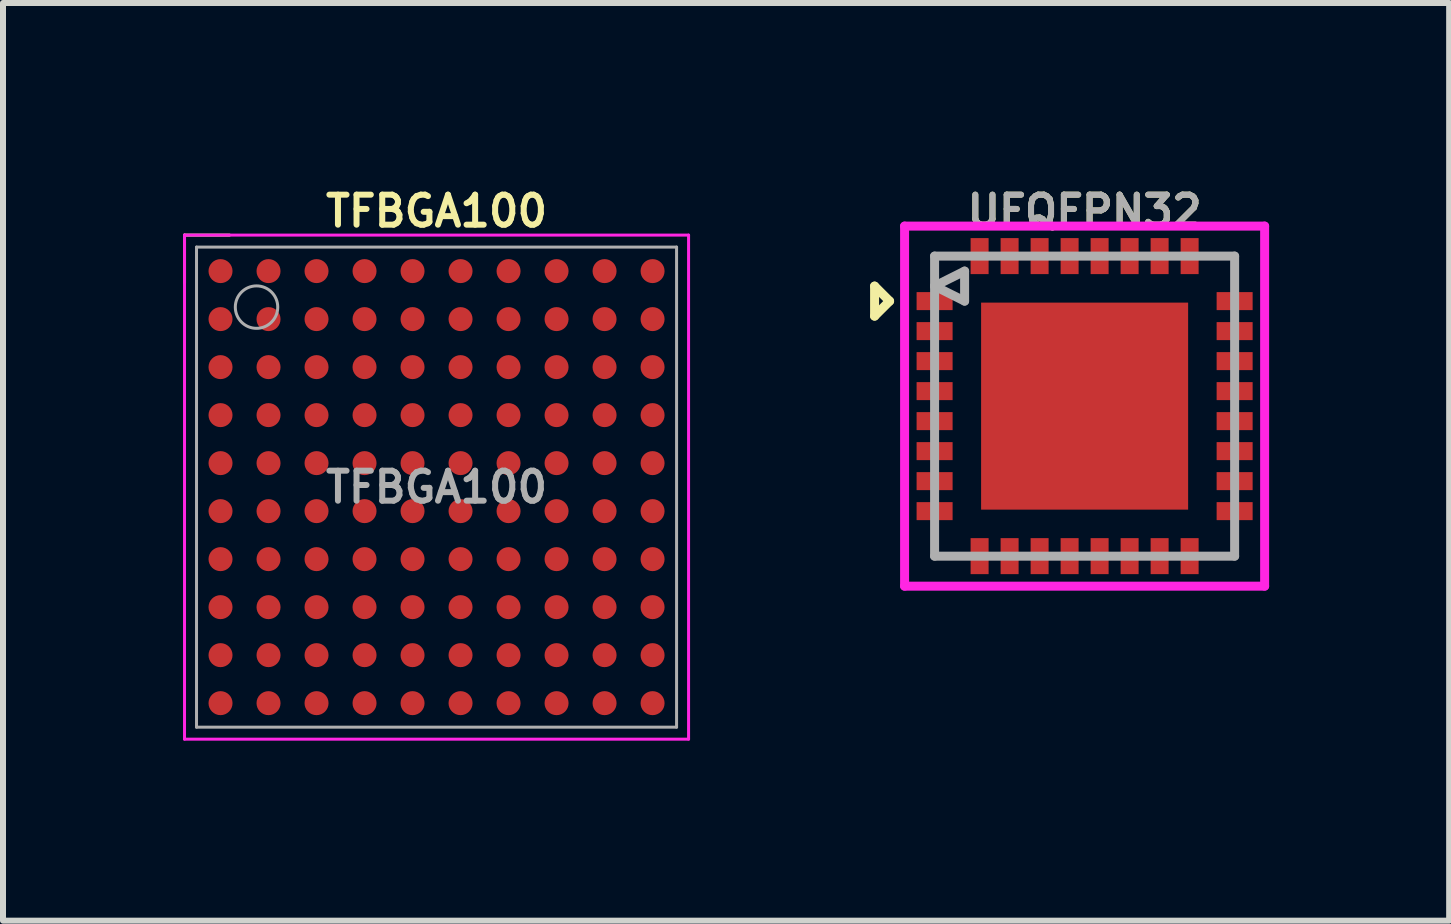
<source format=kicad_pcb>
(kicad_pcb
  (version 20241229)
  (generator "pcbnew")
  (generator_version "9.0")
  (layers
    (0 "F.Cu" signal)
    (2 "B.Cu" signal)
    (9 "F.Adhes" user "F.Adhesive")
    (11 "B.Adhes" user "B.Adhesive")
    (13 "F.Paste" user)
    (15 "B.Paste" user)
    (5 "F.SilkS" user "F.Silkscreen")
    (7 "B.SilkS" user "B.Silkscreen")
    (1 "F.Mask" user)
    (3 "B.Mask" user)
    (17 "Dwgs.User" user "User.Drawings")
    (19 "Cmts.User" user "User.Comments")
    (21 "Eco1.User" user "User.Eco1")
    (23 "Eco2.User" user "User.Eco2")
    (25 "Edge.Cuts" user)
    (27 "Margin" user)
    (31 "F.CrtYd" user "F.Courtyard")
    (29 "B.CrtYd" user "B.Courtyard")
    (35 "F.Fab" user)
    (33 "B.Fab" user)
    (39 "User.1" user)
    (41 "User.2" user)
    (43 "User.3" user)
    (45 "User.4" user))
  (footprint "TFBGA100"
    (layer "F.Cu")
    (at 4.225 5.068)
    (property "Reference" "TFBGA100" (at 0 -4.6 0) (layer "F.SilkS") (effects (font (size 0.5 0.5) (thickness 0.1))))
    (attr smd)
    (fp_line (start -4.2 -4.2) (end -4.2 -3.4) (stroke (width 0.05) (type solid)) (layer "F.SilkS"))
    (fp_line (start -3.45 -4.2) (end -4.2 -4.2) (stroke (width 0.05) (type solid)) (layer "F.SilkS"))
    (fp_line (start -4.2 -4.2) (end 4.2 -4.2) (stroke (width 0.05) (type solid)) (layer "F.CrtYd"))
    (fp_line (start -4.2 4.2) (end -4.2 -4.2) (stroke (width 0.05) (type solid)) (layer "F.CrtYd"))
    (fp_line (start 4.2 -4.2) (end 4.2 4.2) (stroke (width 0.05) (type solid)) (layer "F.CrtYd"))
    (fp_line (start 4.2 4.2) (end -4.2 4.2) (stroke (width 0.05) (type solid)) (layer "F.CrtYd"))
    (fp_line (start -4 -4) (end 4 -4) (stroke (width 0.05) (type solid)) (layer "F.Fab"))
    (fp_line (start -4 4) (end -4 -4) (stroke (width 0.05) (type solid)) (layer "F.Fab"))
    (fp_line (start 4 -4) (end 4 4) (stroke (width 0.05) (type solid)) (layer "F.Fab"))
    (fp_line (start 4 4) (end -4 4) (stroke (width 0.05) (type solid)) (layer "F.Fab"))
    (fp_circle (center -3 -3) (end -2.75 -2.75) (stroke (width 0.05) (type solid)) (fill no) (layer "F.Fab"))
    (fp_text user "${REFERENCE}" (at 0 0 0) (layer "F.Fab") (effects (font (size 0.5 0.5) (thickness 0.1))))
    (pad "A1" smd circle (at -3.6 -3.6) (size 0.4 0.4) (layers "F.Cu" "F.Mask" "F.Paste"))
    (pad "A2" smd circle (at -2.8 -3.6) (size 0.4 0.4) (layers "F.Cu" "F.Mask" "F.Paste"))
    (pad "A3" smd circle (at -2 -3.6) (size 0.4 0.4) (layers "F.Cu" "F.Mask" "F.Paste"))
    (pad "A4" smd circle (at -1.2 -3.6) (size 0.4 0.4) (layers "F.Cu" "F.Mask" "F.Paste"))
    (pad "A5" smd circle (at -0.4 -3.6) (size 0.4 0.4) (layers "F.Cu" "F.Mask" "F.Paste"))
    (pad "A6" smd circle (at 0.4 -3.6) (size 0.4 0.4) (layers "F.Cu" "F.Mask" "F.Paste"))
    (pad "A7" smd circle (at 1.2 -3.6) (size 0.4 0.4) (layers "F.Cu" "F.Mask" "F.Paste"))
    (pad "A8" smd circle (at 2 -3.6) (size 0.4 0.4) (layers "F.Cu" "F.Mask" "F.Paste"))
    (pad "A9" smd circle (at 2.8 -3.6) (size 0.4 0.4) (layers "F.Cu" "F.Mask" "F.Paste"))
    (pad "A10" smd circle (at 3.6 -3.6) (size 0.4 0.4) (layers "F.Cu" "F.Mask" "F.Paste"))
    (pad "B1" smd circle (at -3.6 -2.8) (size 0.4 0.4) (layers "F.Cu" "F.Mask" "F.Paste"))
    (pad "B2" smd circle (at -2.8 -2.8) (size 0.4 0.4) (layers "F.Cu" "F.Mask" "F.Paste"))
    (pad "B3" smd circle (at -2 -2.8) (size 0.4 0.4) (layers "F.Cu" "F.Mask" "F.Paste"))
    (pad "B4" smd circle (at -1.2 -2.8) (size 0.4 0.4) (layers "F.Cu" "F.Mask" "F.Paste"))
    (pad "B5" smd circle (at -0.4 -2.8) (size 0.4 0.4) (layers "F.Cu" "F.Mask" "F.Paste"))
    (pad "B6" smd circle (at 0.4 -2.8) (size 0.4 0.4) (layers "F.Cu" "F.Mask" "F.Paste"))
    (pad "B7" smd circle (at 1.2 -2.8) (size 0.4 0.4) (layers "F.Cu" "F.Mask" "F.Paste"))
    (pad "B8" smd circle (at 2 -2.8) (size 0.4 0.4) (layers "F.Cu" "F.Mask" "F.Paste"))
    (pad "B9" smd circle (at 2.8 -2.8) (size 0.4 0.4) (layers "F.Cu" "F.Mask" "F.Paste"))
    (pad "B10" smd circle (at 3.6 -2.8) (size 0.4 0.4) (layers "F.Cu" "F.Mask" "F.Paste"))
    (pad "C1" smd circle (at -3.6 -2) (size 0.4 0.4) (layers "F.Cu" "F.Mask" "F.Paste"))
    (pad "C2" smd circle (at -2.8 -2) (size 0.4 0.4) (layers "F.Cu" "F.Mask" "F.Paste"))
    (pad "C3" smd circle (at -2 -2) (size 0.4 0.4) (layers "F.Cu" "F.Mask" "F.Paste"))
    (pad "C4" smd circle (at -1.2 -2) (size 0.4 0.4) (layers "F.Cu" "F.Mask" "F.Paste"))
    (pad "C5" smd circle (at -0.4 -2) (size 0.4 0.4) (layers "F.Cu" "F.Mask" "F.Paste"))
    (pad "C6" smd circle (at 0.4 -2) (size 0.4 0.4) (layers "F.Cu" "F.Mask" "F.Paste"))
    (pad "C7" smd circle (at 1.2 -2) (size 0.4 0.4) (layers "F.Cu" "F.Mask" "F.Paste"))
    (pad "C8" smd circle (at 2 -2) (size 0.4 0.4) (layers "F.Cu" "F.Mask" "F.Paste"))
    (pad "C9" smd circle (at 2.8 -2) (size 0.4 0.4) (layers "F.Cu" "F.Mask" "F.Paste"))
    (pad "C10" smd circle (at 3.6 -2) (size 0.4 0.4) (layers "F.Cu" "F.Mask" "F.Paste"))
    (pad "D1" smd circle (at -3.6 -1.2) (size 0.4 0.4) (layers "F.Cu" "F.Mask" "F.Paste"))
    (pad "D2" smd circle (at -2.8 -1.2) (size 0.4 0.4) (layers "F.Cu" "F.Mask" "F.Paste"))
    (pad "D3" smd circle (at -2 -1.2) (size 0.4 0.4) (layers "F.Cu" "F.Mask" "F.Paste"))
    (pad "D4" smd circle (at -1.2 -1.2) (size 0.4 0.4) (layers "F.Cu" "F.Mask" "F.Paste"))
    (pad "D5" smd circle (at -0.4 -1.2) (size 0.4 0.4) (layers "F.Cu" "F.Mask" "F.Paste"))
    (pad "D6" smd circle (at 0.4 -1.2) (size 0.4 0.4) (layers "F.Cu" "F.Mask" "F.Paste"))
    (pad "D7" smd circle (at 1.2 -1.2) (size 0.4 0.4) (layers "F.Cu" "F.Mask" "F.Paste"))
    (pad "D8" smd circle (at 2 -1.2) (size 0.4 0.4) (layers "F.Cu" "F.Mask" "F.Paste"))
    (pad "D9" smd circle (at 2.8 -1.2) (size 0.4 0.4) (layers "F.Cu" "F.Mask" "F.Paste"))
    (pad "D10" smd circle (at 3.6 -1.2) (size 0.4 0.4) (layers "F.Cu" "F.Mask" "F.Paste"))
    (pad "E1" smd circle (at -3.6 -0.4) (size 0.4 0.4) (layers "F.Cu" "F.Mask" "F.Paste"))
    (pad "E2" smd circle (at -2.8 -0.4) (size 0.4 0.4) (layers "F.Cu" "F.Mask" "F.Paste"))
    (pad "E3" smd circle (at -2 -0.4) (size 0.4 0.4) (layers "F.Cu" "F.Mask" "F.Paste"))
    (pad "E4" smd circle (at -1.2 -0.4) (size 0.4 0.4) (layers "F.Cu" "F.Mask" "F.Paste"))
    (pad "E5" smd circle (at -0.4 -0.4) (size 0.4 0.4) (layers "F.Cu" "F.Mask" "F.Paste"))
    (pad "E6" smd circle (at 0.4 -0.4) (size 0.4 0.4) (layers "F.Cu" "F.Mask" "F.Paste"))
    (pad "E7" smd circle (at 1.2 -0.4) (size 0.4 0.4) (layers "F.Cu" "F.Mask" "F.Paste"))
    (pad "E8" smd circle (at 2 -0.4) (size 0.4 0.4) (layers "F.Cu" "F.Mask" "F.Paste"))
    (pad "E9" smd circle (at 2.8 -0.4) (size 0.4 0.4) (layers "F.Cu" "F.Mask" "F.Paste"))
    (pad "E10" smd circle (at 3.6 -0.4) (size 0.4 0.4) (layers "F.Cu" "F.Mask" "F.Paste"))
    (pad "F1" smd circle (at -3.6 0.4) (size 0.4 0.4) (layers "F.Cu" "F.Mask" "F.Paste"))
    (pad "F2" smd circle (at -2.8 0.4) (size 0.4 0.4) (layers "F.Cu" "F.Mask" "F.Paste"))
    (pad "F3" smd circle (at -2 0.4) (size 0.4 0.4) (layers "F.Cu" "F.Mask" "F.Paste"))
    (pad "F4" smd circle (at -1.2 0.4) (size 0.4 0.4) (layers "F.Cu" "F.Mask" "F.Paste"))
    (pad "F5" smd circle (at -0.4 0.4) (size 0.4 0.4) (layers "F.Cu" "F.Mask" "F.Paste"))
    (pad "F6" smd circle (at 0.4 0.4) (size 0.4 0.4) (layers "F.Cu" "F.Mask" "F.Paste"))
    (pad "F7" smd circle (at 1.2 0.4) (size 0.4 0.4) (layers "F.Cu" "F.Mask" "F.Paste"))
    (pad "F8" smd circle (at 2 0.4) (size 0.4 0.4) (layers "F.Cu" "F.Mask" "F.Paste"))
    (pad "F9" smd circle (at 2.8 0.4) (size 0.4 0.4) (layers "F.Cu" "F.Mask" "F.Paste"))
    (pad "F10" smd circle (at 3.6 0.4) (size 0.4 0.4) (layers "F.Cu" "F.Mask" "F.Paste"))
    (pad "G1" smd circle (at -3.6 1.2) (size 0.4 0.4) (layers "F.Cu" "F.Mask" "F.Paste"))
    (pad "G2" smd circle (at -2.8 1.2) (size 0.4 0.4) (layers "F.Cu" "F.Mask" "F.Paste"))
    (pad "G3" smd circle (at -2 1.2) (size 0.4 0.4) (layers "F.Cu" "F.Mask" "F.Paste"))
    (pad "G4" smd circle (at -1.2 1.2) (size 0.4 0.4) (layers "F.Cu" "F.Mask" "F.Paste"))
    (pad "G5" smd circle (at -0.4 1.2) (size 0.4 0.4) (layers "F.Cu" "F.Mask" "F.Paste"))
    (pad "G6" smd circle (at 0.4 1.2) (size 0.4 0.4) (layers "F.Cu" "F.Mask" "F.Paste"))
    (pad "G7" smd circle (at 1.2 1.2) (size 0.4 0.4) (layers "F.Cu" "F.Mask" "F.Paste"))
    (pad "G8" smd circle (at 2 1.2) (size 0.4 0.4) (layers "F.Cu" "F.Mask" "F.Paste"))
    (pad "G9" smd circle (at 2.8 1.2) (size 0.4 0.4) (layers "F.Cu" "F.Mask" "F.Paste"))
    (pad "G10" smd circle (at 3.6 1.2) (size 0.4 0.4) (layers "F.Cu" "F.Mask" "F.Paste"))
    (pad "H1" smd circle (at -3.6 2) (size 0.4 0.4) (layers "F.Cu" "F.Mask" "F.Paste"))
    (pad "H2" smd circle (at -2.8 2) (size 0.4 0.4) (layers "F.Cu" "F.Mask" "F.Paste"))
    (pad "H3" smd circle (at -2 2) (size 0.4 0.4) (layers "F.Cu" "F.Mask" "F.Paste"))
    (pad "H4" smd circle (at -1.2 2) (size 0.4 0.4) (layers "F.Cu" "F.Mask" "F.Paste"))
    (pad "H5" smd circle (at -0.4 2) (size 0.4 0.4) (layers "F.Cu" "F.Mask" "F.Paste"))
    (pad "H6" smd circle (at 0.4 2) (size 0.4 0.4) (layers "F.Cu" "F.Mask" "F.Paste"))
    (pad "H7" smd circle (at 1.2 2) (size 0.4 0.4) (layers "F.Cu" "F.Mask" "F.Paste"))
    (pad "H8" smd circle (at 2 2) (size 0.4 0.4) (layers "F.Cu" "F.Mask" "F.Paste"))
    (pad "H9" smd circle (at 2.8 2) (size 0.4 0.4) (layers "F.Cu" "F.Mask" "F.Paste"))
    (pad "H10" smd circle (at 3.6 2) (size 0.4 0.4) (layers "F.Cu" "F.Mask" "F.Paste"))
    (pad "J1" smd circle (at -3.6 2.8) (size 0.4 0.4) (layers "F.Cu" "F.Mask" "F.Paste"))
    (pad "J2" smd circle (at -2.8 2.8) (size 0.4 0.4) (layers "F.Cu" "F.Mask" "F.Paste"))
    (pad "J3" smd circle (at -2 2.8) (size 0.4 0.4) (layers "F.Cu" "F.Mask" "F.Paste"))
    (pad "J4" smd circle (at -1.2 2.8) (size 0.4 0.4) (layers "F.Cu" "F.Mask" "F.Paste"))
    (pad "J5" smd circle (at -0.4 2.8) (size 0.4 0.4) (layers "F.Cu" "F.Mask" "F.Paste"))
    (pad "J6" smd circle (at 0.4 2.8) (size 0.4 0.4) (layers "F.Cu" "F.Mask" "F.Paste"))
    (pad "J7" smd circle (at 1.2 2.8) (size 0.4 0.4) (layers "F.Cu" "F.Mask" "F.Paste"))
    (pad "J8" smd circle (at 2 2.8) (size 0.4 0.4) (layers "F.Cu" "F.Mask" "F.Paste"))
    (pad "J9" smd circle (at 2.8 2.8) (size 0.4 0.4) (layers "F.Cu" "F.Mask" "F.Paste"))
    (pad "J10" smd circle (at 3.6 2.8) (size 0.4 0.4) (layers "F.Cu" "F.Mask" "F.Paste"))
    (pad "K1" smd circle (at -3.6 3.6) (size 0.4 0.4) (layers "F.Cu" "F.Mask" "F.Paste"))
    (pad "K2" smd circle (at -2.8 3.6) (size 0.4 0.4) (layers "F.Cu" "F.Mask" "F.Paste"))
    (pad "K3" smd circle (at -2 3.6) (size 0.4 0.4) (layers "F.Cu" "F.Mask" "F.Paste"))
    (pad "K4" smd circle (at -1.2 3.6) (size 0.4 0.4) (layers "F.Cu" "F.Mask" "F.Paste"))
    (pad "K5" smd circle (at -0.4 3.6) (size 0.4 0.4) (layers "F.Cu" "F.Mask" "F.Paste"))
    (pad "K6" smd circle (at 0.4 3.6) (size 0.4 0.4) (layers "F.Cu" "F.Mask" "F.Paste"))
    (pad "K7" smd circle (at 1.2 3.6) (size 0.4 0.4) (layers "F.Cu" "F.Mask" "F.Paste"))
    (pad "K8" smd circle (at 2 3.6) (size 0.4 0.4) (layers "F.Cu" "F.Mask" "F.Paste"))
    (pad "K9" smd circle (at 2.8 3.6) (size 0.4 0.4) (layers "F.Cu" "F.Mask" "F.Paste"))
    (pad "K10" smd circle (at 3.6 3.6) (size 0.4 0.4) (layers "F.Cu" "F.Mask" "F.Paste")))
  (footprint "UFQFPN32"
    (layer "F.Cu")
    (at 15.025 3.718)
    (property "Reference" "UFQFPN32" (at 0 -3.25 0) (layer "F.SilkS") (effects (font (size 0.5 0.5) (thickness 0.1))))
    (attr smd)
    (fp_line (start -3.5 -2) (end -3.5 -1.5) (stroke (width 0.15) (type solid)) (layer "F.SilkS"))
    (fp_line (start -3.5 -1.5) (end -3.25 -1.75) (stroke (width 0.15) (type solid)) (layer "F.SilkS"))
    (fp_line (start -3.25 -1.75) (end -3.5 -2) (stroke (width 0.15) (type solid)) (layer "F.SilkS"))
    (fp_line (start -3 -3) (end 3 -3) (stroke (width 0.15) (type solid)) (layer "F.CrtYd"))
    (fp_line (start -3 3) (end -3 -3) (stroke (width 0.15) (type solid)) (layer "F.CrtYd"))
    (fp_line (start 3 -3) (end 3 3) (stroke (width 0.15) (type solid)) (layer "F.CrtYd"))
    (fp_line (start 3 3) (end -3 3) (stroke (width 0.15) (type solid)) (layer "F.CrtYd"))
    (fp_line (start -2.5 -2.5) (end -2.5 2.5) (stroke (width 0.15) (type solid)) (layer "F.Fab"))
    (fp_line (start -2.5 -2) (end -2 -1.75) (stroke (width 0.15) (type solid)) (layer "F.Fab"))
    (fp_line (start -2.5 2.5) (end 2.5 2.5) (stroke (width 0.15) (type solid)) (layer "F.Fab"))
    (fp_line (start -2 -2.25) (end -2.5 -2) (stroke (width 0.15) (type solid)) (layer "F.Fab"))
    (fp_line (start -2 -1.75) (end -2 -2.25) (stroke (width 0.15) (type solid)) (layer "F.Fab"))
    (fp_line (start 2.5 -2.5) (end -2.5 -2.5) (stroke (width 0.15) (type solid)) (layer "F.Fab"))
    (fp_line (start 2.5 2.5) (end 2.5 -2.5) (stroke (width 0.15) (type solid)) (layer "F.Fab"))
    (fp_text user "${REFERENCE}" (at 0 -3.25 0) (layer "F.Fab") (effects (font (size 0.5 0.5) (thickness 0.1))))
    (pad "1" smd rect (at -2.5 -1.75 90) (size 0.3 0.6) (layers "F.Cu" "F.Mask" "F.Paste"))
    (pad "2" smd rect (at -2.5 -1.25 90) (size 0.3 0.6) (layers "F.Cu" "F.Mask" "F.Paste"))
    (pad "3" smd rect (at -2.5 -0.75 90) (size 0.3 0.6) (layers "F.Cu" "F.Mask" "F.Paste"))
    (pad "4" smd rect (at -2.5 -0.25 90) (size 0.3 0.6) (layers "F.Cu" "F.Mask" "F.Paste"))
    (pad "5" smd rect (at -2.5 0.25 90) (size 0.3 0.6) (layers "F.Cu" "F.Mask" "F.Paste"))
    (pad "6" smd rect (at -2.5 0.75 90) (size 0.3 0.6) (layers "F.Cu" "F.Mask" "F.Paste"))
    (pad "7" smd rect (at -2.5 1.25 90) (size 0.3 0.6) (layers "F.Cu" "F.Mask" "F.Paste"))
    (pad "8" smd rect (at -2.5 1.75 90) (size 0.3 0.6) (layers "F.Cu" "F.Mask" "F.Paste"))
    (pad "9" smd rect (at -1.75 2.5) (size 0.3 0.6) (layers "F.Cu" "F.Mask" "F.Paste"))
    (pad "10" smd rect (at -1.25 2.5) (size 0.3 0.6) (layers "F.Cu" "F.Mask" "F.Paste"))
    (pad "11" smd rect (at -0.75 2.5) (size 0.3 0.6) (layers "F.Cu" "F.Mask" "F.Paste"))
    (pad "12" smd rect (at -0.25 2.5) (size 0.3 0.6) (layers "F.Cu" "F.Mask" "F.Paste"))
    (pad "13" smd rect (at 0.25 2.5) (size 0.3 0.6) (layers "F.Cu" "F.Mask" "F.Paste"))
    (pad "14" smd rect (at 0.75 2.5) (size 0.3 0.6) (layers "F.Cu" "F.Mask" "F.Paste"))
    (pad "15" smd rect (at 1.25 2.5) (size 0.3 0.6) (layers "F.Cu" "F.Mask" "F.Paste"))
    (pad "16" smd rect (at 1.75 2.5) (size 0.3 0.6) (layers "F.Cu" "F.Mask" "F.Paste"))
    (pad "17" smd rect (at 2.5 1.75 90) (size 0.3 0.6) (layers "F.Cu" "F.Mask" "F.Paste"))
    (pad "18" smd rect (at 2.5 1.25 90) (size 0.3 0.6) (layers "F.Cu" "F.Mask" "F.Paste"))
    (pad "19" smd rect (at 2.5 0.75 90) (size 0.3 0.6) (layers "F.Cu" "F.Mask" "F.Paste"))
    (pad "20" smd rect (at 2.5 0.25 90) (size 0.3 0.6) (layers "F.Cu" "F.Mask" "F.Paste"))
    (pad "21" smd rect (at 2.5 -0.25 90) (size 0.3 0.6) (layers "F.Cu" "F.Mask" "F.Paste"))
    (pad "22" smd rect (at 2.5 -0.75 90) (size 0.3 0.6) (layers "F.Cu" "F.Mask" "F.Paste"))
    (pad "23" smd rect (at 2.5 -1.25 90) (size 0.3 0.6) (layers "F.Cu" "F.Mask" "F.Paste"))
    (pad "24" smd rect (at 2.5 -1.75 90) (size 0.3 0.6) (layers "F.Cu" "F.Mask" "F.Paste"))
    (pad "25" smd rect (at 1.75 -2.5) (size 0.3 0.6) (layers "F.Cu" "F.Mask" "F.Paste"))
    (pad "26" smd rect (at 1.25 -2.5) (size 0.3 0.6) (layers "F.Cu" "F.Mask" "F.Paste"))
    (pad "27" smd rect (at 0.75 -2.5) (size 0.3 0.6) (layers "F.Cu" "F.Mask" "F.Paste"))
    (pad "28" smd rect (at 0.25 -2.5) (size 0.3 0.6) (layers "F.Cu" "F.Mask" "F.Paste"))
    (pad "29" smd rect (at -0.25 -2.5) (size 0.3 0.6) (layers "F.Cu" "F.Mask" "F.Paste"))
    (pad "30" smd rect (at -0.75 -2.5) (size 0.3 0.6) (layers "F.Cu" "F.Mask" "F.Paste"))
    (pad "31" smd rect (at -1.25 -2.5) (size 0.3 0.6) (layers "F.Cu" "F.Mask" "F.Paste"))
    (pad "32" smd rect (at -1.75 -2.5) (size 0.3 0.6) (layers "F.Cu" "F.Mask" "F.Paste"))
    (pad "33" smd rect (at 0 0) (size 3.45 3.45) (layers "F.Cu" "F.Mask" "F.Paste")))
  (gr_rect
    (start -3 -3)
    (end 21.1 12.293)
    (stroke (width 0.1) (type default))
    (fill no)
    (layer "Edge.Cuts")))
</source>
